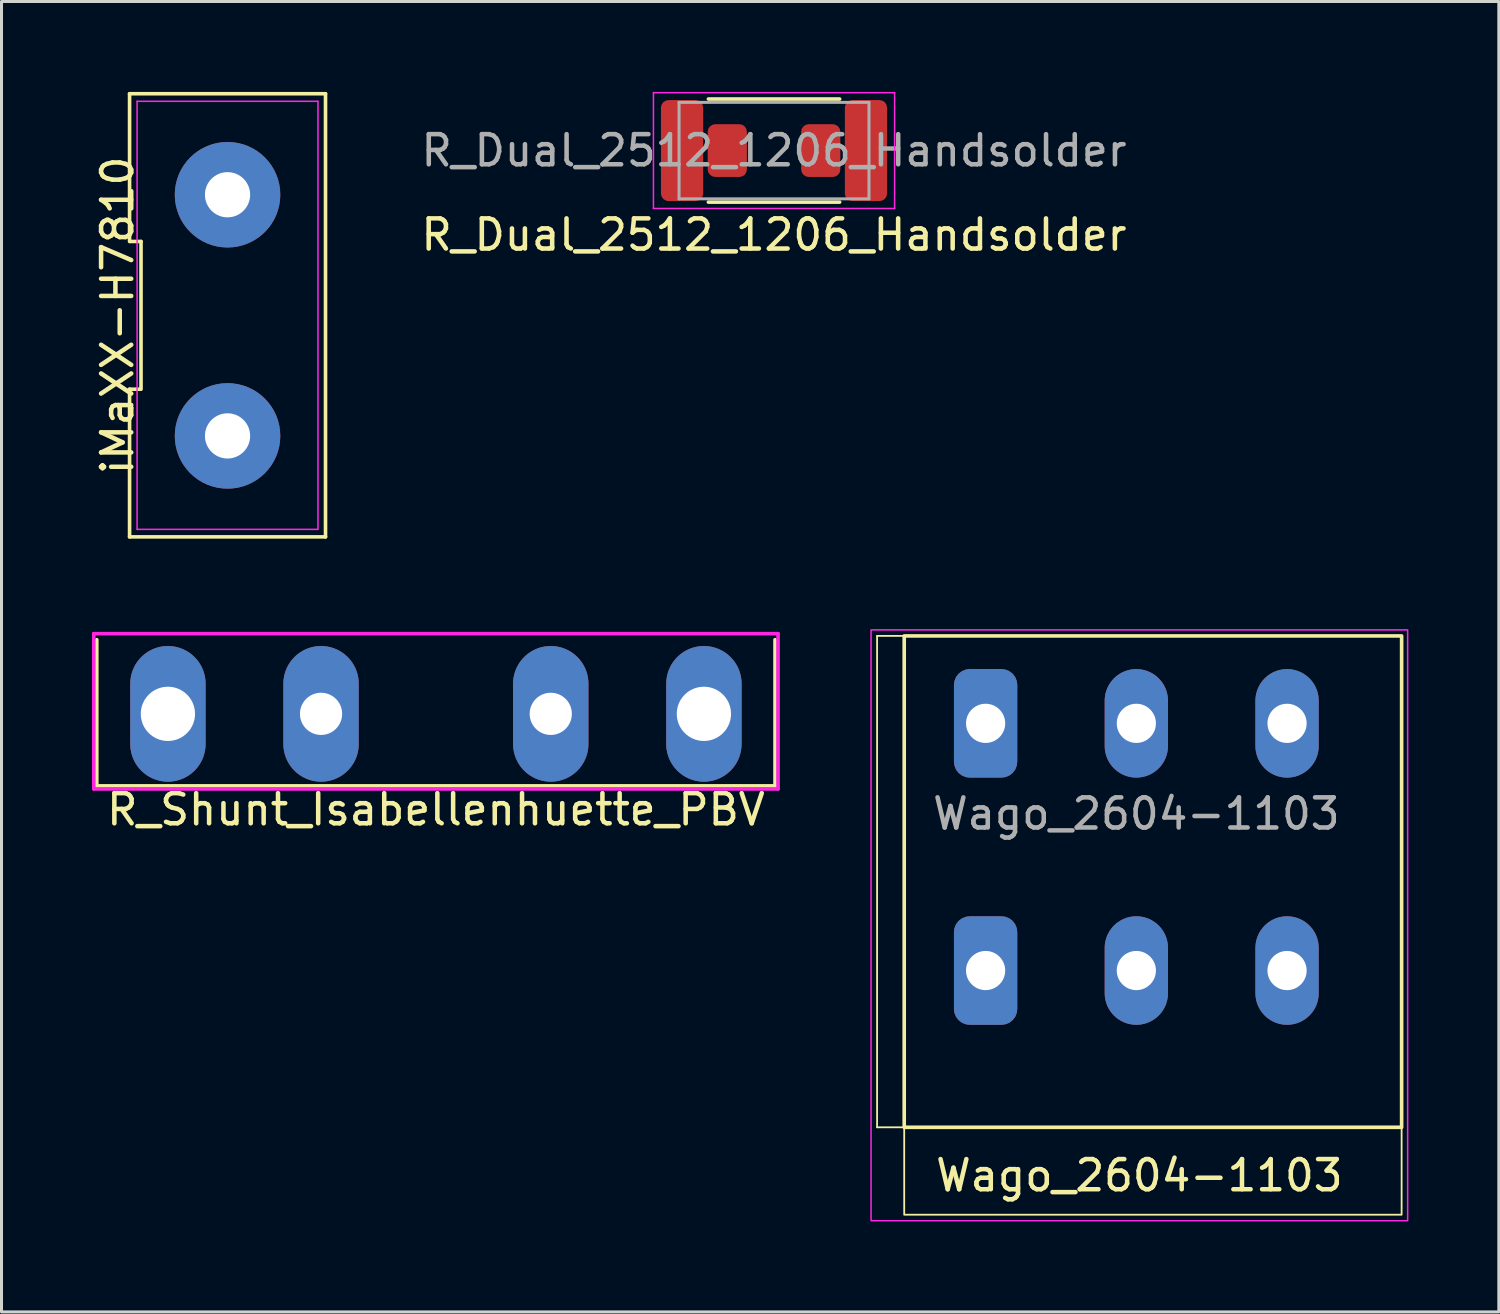
<source format=kicad_pcb>
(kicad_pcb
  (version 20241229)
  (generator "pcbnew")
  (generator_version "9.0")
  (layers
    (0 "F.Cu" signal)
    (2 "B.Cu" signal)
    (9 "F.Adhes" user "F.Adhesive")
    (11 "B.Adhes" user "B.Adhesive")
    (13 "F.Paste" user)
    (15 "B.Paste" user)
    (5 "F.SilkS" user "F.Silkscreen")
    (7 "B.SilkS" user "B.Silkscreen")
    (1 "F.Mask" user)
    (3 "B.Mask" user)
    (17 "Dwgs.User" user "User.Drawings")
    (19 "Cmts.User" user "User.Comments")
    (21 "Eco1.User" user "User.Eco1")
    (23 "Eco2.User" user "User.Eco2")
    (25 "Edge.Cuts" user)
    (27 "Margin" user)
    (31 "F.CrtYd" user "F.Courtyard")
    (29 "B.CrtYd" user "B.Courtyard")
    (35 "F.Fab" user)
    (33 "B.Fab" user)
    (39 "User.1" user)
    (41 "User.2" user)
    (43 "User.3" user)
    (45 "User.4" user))
  (footprint "R_Dual_2512_1206_Handsolder"
    (layer "F.Cu")
    (at 22.624 1.945)
    (property "Reference" "R_Dual_2512_1206_Handsolder" (at 0 2.794 0) (unlocked yes) (layer "F.SilkS") (effects (font (size 1 1) (thickness 0.15))))
    (attr smd)
    (fp_line (start -2.175 -1.71) (end 2.179 -1.71) (stroke (width 0.12) (type solid)) (layer "F.SilkS"))
    (fp_line (start -2.175 1.71) (end 2.179 1.71) (stroke (width 0.12) (type solid)) (layer "F.SilkS"))
    (fp_line (start -3.998 -1.92) (end 4.002 -1.92) (stroke (width 0.05) (type solid)) (layer "F.CrtYd"))
    (fp_line (start -3.998 1.92) (end -3.998 -1.92) (stroke (width 0.05) (type solid)) (layer "F.CrtYd"))
    (fp_line (start 4.002 -1.92) (end 4.002 1.92) (stroke (width 0.05) (type solid)) (layer "F.CrtYd"))
    (fp_line (start 4.002 1.92) (end -3.998 1.92) (stroke (width 0.05) (type solid)) (layer "F.CrtYd"))
    (fp_line (start -3.148 -1.6) (end 3.152 -1.6) (stroke (width 0.1) (type solid)) (layer "F.Fab"))
    (fp_line (start -3.148 1.6) (end -3.148 -1.6) (stroke (width 0.1) (type solid)) (layer "F.Fab"))
    (fp_line (start 3.152 -1.6) (end 3.152 1.6) (stroke (width 0.1) (type solid)) (layer "F.Fab"))
    (fp_line (start 3.152 1.6) (end -3.148 1.6) (stroke (width 0.1) (type solid)) (layer "F.Fab"))
    (fp_text user "${REFERENCE}" (at 0.002 0 0) (layer "F.Fab") (effects (font (size 1 1) (thickness 0.15))))
    (pad "1" smd roundrect (at -3.048 0) (size 1.4 3.35) (layers "F.Cu" "F.Mask" "F.Paste") (roundrect_rratio 0.179))
    (pad "1" smd roundrect (at -1.548 0) (size 1.3 1.75) (layers "F.Cu" "F.Mask" "F.Paste") (roundrect_rratio 0.192))
    (pad "2" smd roundrect (at 1.552 0) (size 1.3 1.75) (layers "F.Cu" "F.Mask" "F.Paste") (roundrect_rratio 0.192))
    (pad "2" smd roundrect (at 3.052 0) (size 1.4 3.35) (layers "F.Cu" "F.Mask" "F.Paste") (roundrect_rratio 0.179)))
  (footprint "R_Shunt_Isabellenhuette_PBV"
    (layer "F.Cu")
    (at 11.41 18.07)
    (property "Reference" "R_Shunt_Isabellenhuette_PBV" (at 0 5.735 0) (layer "F.SilkS") (effects (font (size 1 1) (thickness 0.15))))
    (attr through_hole)
    (fp_line (start -11.25 4.95) (end -11.25 0.1) (stroke (width 0.12) (type solid)) (layer "F.SilkS"))
    (fp_line (start -11.25 4.95) (end 11.25 4.95) (stroke (width 0.12) (type solid)) (layer "F.SilkS"))
    (fp_line (start 11.25 4.95) (end 11.25 0.1) (stroke (width 0.12) (type solid)) (layer "F.SilkS"))
    (fp_line (start -11.35 -0.1) (end 11.35 -0.1) (stroke (width 0.12) (type solid)) (layer "F.CrtYd"))
    (fp_line (start -11.35 5.05) (end -11.35 -0.1) (stroke (width 0.12) (type solid)) (layer "F.CrtYd"))
    (fp_line (start -11.35 5.05) (end 11.35 5.05) (stroke (width 0.12) (type solid)) (layer "F.CrtYd"))
    (fp_line (start 11.35 5.05) (end 11.35 -0.1) (stroke (width 0.12) (type solid)) (layer "F.CrtYd"))
    (pad "1" thru_hole oval (at -8.89 2.56) (size 2.5 4.5) (drill 1.8) (layers "*.Cu" "*.Mask"))
    (pad "2" thru_hole oval (at -3.81 2.56) (size 2.5 4.5) (drill 1.4) (layers "*.Cu" "*.Mask"))
    (pad "3" thru_hole oval (at 3.81 2.56) (size 2.5 4.5) (drill 1.4) (layers "*.Cu" "*.Mask"))
    (pad "4" thru_hole oval (at 8.89 2.56) (size 2.5 4.5) (drill 1.8) (layers "*.Cu" "*.Mask")))
  (footprint "iMaXX-H7810"
    (layer "F.Cu")
    (at 4.498 7.41)
    (property "Reference" "iMaXX-H7810" (at -3.65 0 270) (layer "F.SilkS") (effects (font (size 1 1) (thickness 0.15))))
    (attr through_hole)
    (fp_line (start -3.25 -7.35) (end -3.25 -2.45) (stroke (width 0.12) (type solid)) (layer "F.SilkS"))
    (fp_line (start -3.25 2.45) (end -3.25 7.35) (stroke (width 0.12) (type solid)) (layer "F.SilkS"))
    (fp_line (start -3.25 7.35) (end 3.25 7.35) (stroke (width 0.12) (type solid)) (layer "F.SilkS"))
    (fp_line (start -3.23 -2.45) (end -2.87 -2.45) (stroke (width 0.12) (type solid)) (layer "F.SilkS"))
    (fp_line (start -2.89 2.45) (end -3.25 2.45) (stroke (width 0.12) (type solid)) (layer "F.SilkS"))
    (fp_line (start -2.87 -2.45) (end -2.87 2.45) (stroke (width 0.12) (type solid)) (layer "F.SilkS"))
    (fp_line (start 3.25 -7.35) (end -3.25 -7.35) (stroke (width 0.12) (type solid)) (layer "F.SilkS"))
    (fp_line (start 3.25 7.35) (end 3.25 -7.35) (stroke (width 0.12) (type solid)) (layer "F.SilkS"))
    (fp_line (start -3 -7.1) (end 3 -7.1) (stroke (width 0.05) (type solid)) (layer "F.CrtYd"))
    (fp_line (start -3 7.1) (end -3 -7.1) (stroke (width 0.05) (type solid)) (layer "F.CrtYd"))
    (fp_line (start 3 -7.1) (end 3 7.1) (stroke (width 0.05) (type solid)) (layer "F.CrtYd"))
    (fp_line (start 3 7.1) (end -3 7.1) (stroke (width 0.05) (type solid)) (layer "F.CrtYd"))
    (pad "1" thru_hole circle (at 0 4) (size 3.5 3.5) (drill 1.5) (layers "*.Cu" "*.Mask"))
    (pad "2" thru_hole circle (at 0 -4) (size 3.5 3.5) (drill 1.5) (layers "*.Cu" "*.Mask")))
  (footprint "Wago_2604-1103"
    (layer "F.Cu")
    (at 29.645 20.945)
    (property "Reference" "Wago_2604-1103" (at 5.1 15 0) (unlocked yes) (layer "F.SilkS") (effects (font (size 1 1) (thickness 0.15))))
    (attr through_hole)
    (fp_line (start -3.6 -2.9) (end -3.6 13.4) (stroke (width 0.06) (type solid)) (layer "F.SilkS"))
    (fp_line (start -3.6 -2.9) (end -2.7 -2.9) (stroke (width 0.06) (type solid)) (layer "F.SilkS"))
    (fp_line (start -3.6 13.4) (end -2.7 13.4) (stroke (width 0.06) (type solid)) (layer "F.SilkS"))
    (fp_rect (start -2.7 -2.9) (end 13.8 13.4) (stroke (width 0.12) (type solid)) (fill no) (layer "F.SilkS"))
    (fp_rect (start -2.7 13.4) (end 13.8 16.3) (stroke (width 0.06) (type solid)) (fill no) (layer "F.SilkS"))
    (fp_rect (start -3.8 -3.1) (end 14 16.5) (stroke (width 0.05) (type solid)) (fill no) (layer "F.CrtYd"))
    (fp_text user "${REFERENCE}" (at 5 3 0) (unlocked yes) (layer "F.Fab") (effects (font (size 1 1) (thickness 0.15))))
    (pad "1" thru_hole roundrect (at 0 0) (size 2.1 3.6) (drill 1.3) (layers "*.Cu" "*.Mask") (roundrect_rratio 0.25))
    (pad "1" thru_hole roundrect (at 0 8.2) (size 2.1 3.6) (drill 1.3) (layers "*.Cu" "*.Mask") (roundrect_rratio 0.25))
    (pad "2" thru_hole oval (at 5 0) (size 2.1 3.6) (drill 1.3) (layers "*.Cu" "*.Mask"))
    (pad "2" thru_hole oval (at 5 8.2) (size 2.1 3.6) (drill 1.3) (layers "*.Cu" "*.Mask"))
    (pad "3" thru_hole oval (at 10 0) (size 2.1 3.6) (drill 1.3) (layers "*.Cu" "*.Mask"))
    (pad "3" thru_hole oval (at 10 8.2) (size 2.1 3.6) (drill 1.3) (layers "*.Cu" "*.Mask")))
  (gr_rect
    (start -3 -3)
    (end 46.67 40.47)
    (stroke (width 0.1) (type default))
    (fill no)
    (layer "Edge.Cuts")))
</source>
